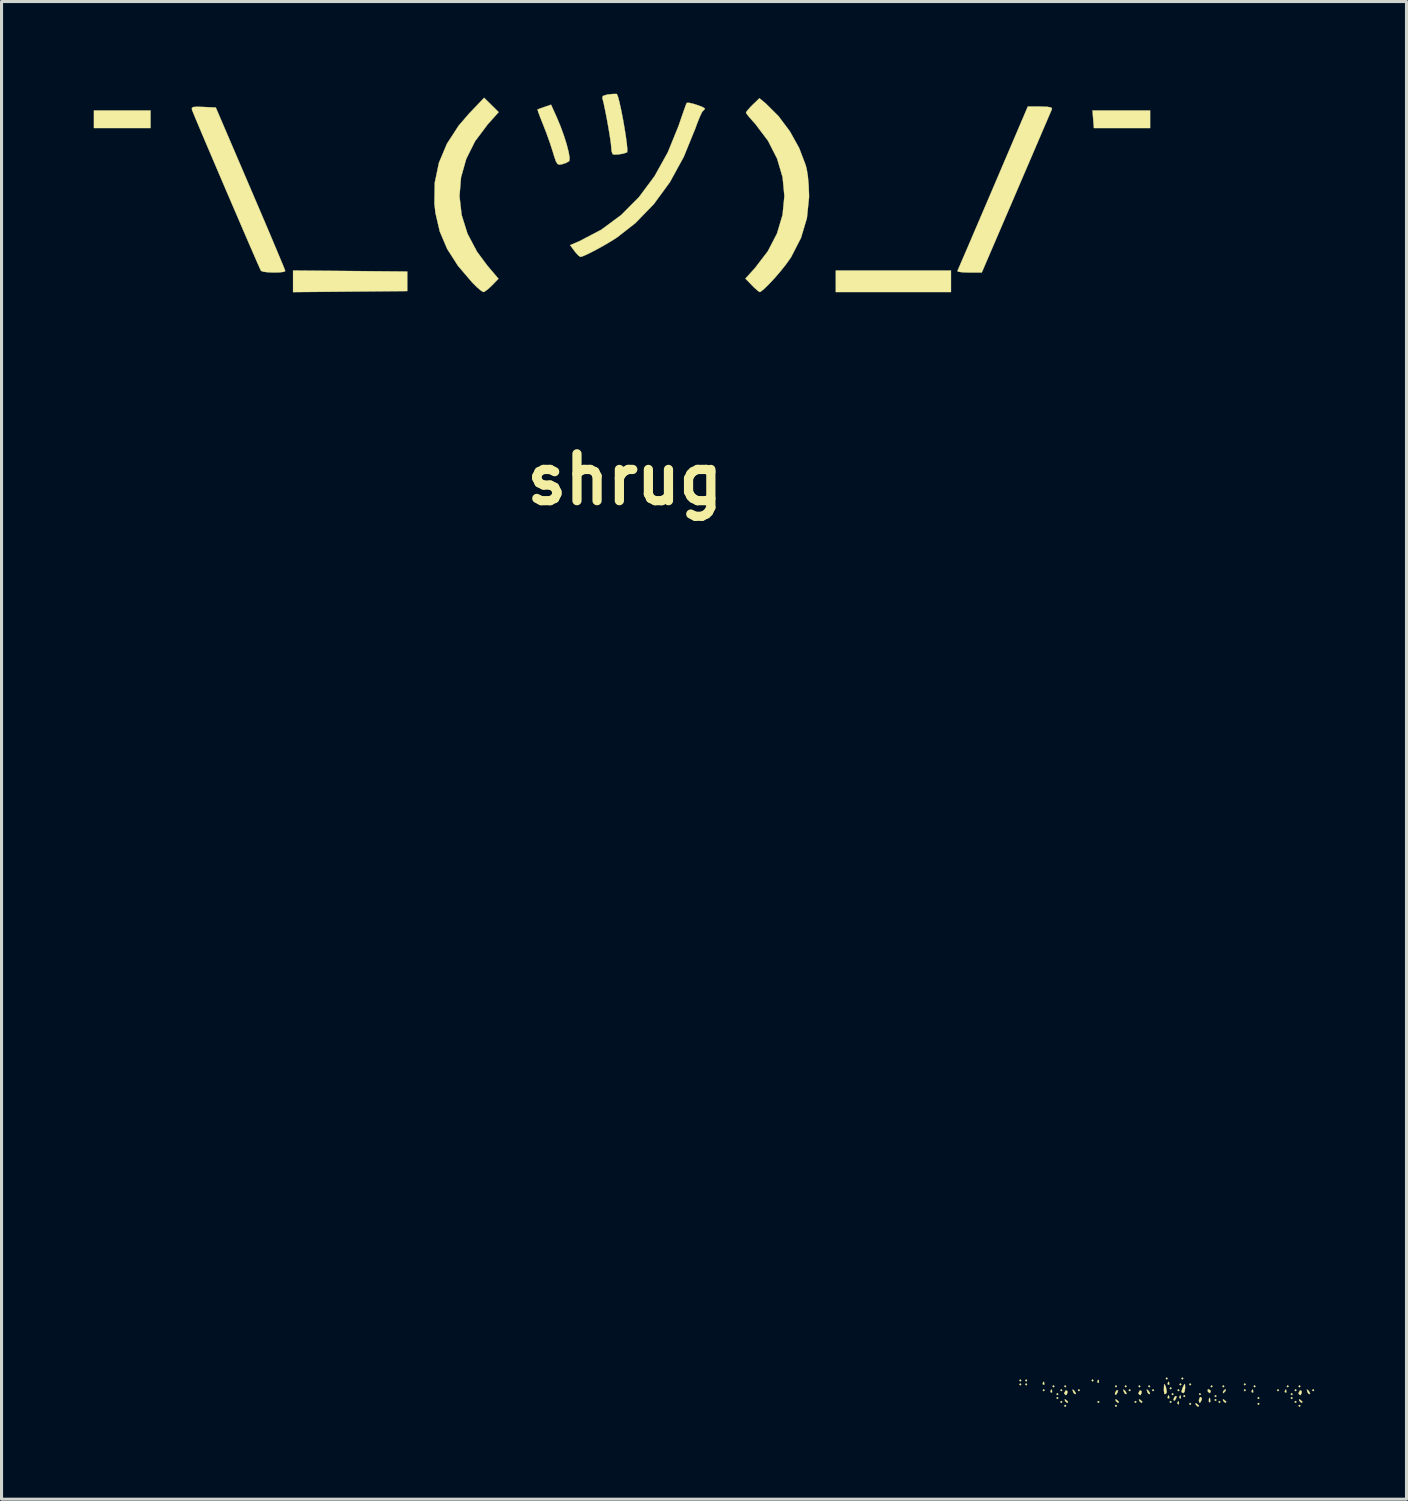
<source format=kicad_pcb>
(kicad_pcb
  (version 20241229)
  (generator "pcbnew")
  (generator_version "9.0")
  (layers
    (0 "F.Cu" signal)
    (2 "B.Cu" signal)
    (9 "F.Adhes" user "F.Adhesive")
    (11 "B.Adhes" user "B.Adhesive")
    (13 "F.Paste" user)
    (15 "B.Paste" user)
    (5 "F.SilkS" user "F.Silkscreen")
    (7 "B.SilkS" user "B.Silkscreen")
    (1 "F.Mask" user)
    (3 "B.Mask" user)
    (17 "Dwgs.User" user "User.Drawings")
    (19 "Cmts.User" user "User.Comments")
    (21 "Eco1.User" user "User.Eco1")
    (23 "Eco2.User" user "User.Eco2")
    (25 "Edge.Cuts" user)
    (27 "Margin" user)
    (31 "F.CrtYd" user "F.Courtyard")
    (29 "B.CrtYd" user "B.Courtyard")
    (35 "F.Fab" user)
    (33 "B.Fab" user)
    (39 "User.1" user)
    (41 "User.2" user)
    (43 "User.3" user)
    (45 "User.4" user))
  (footprint "shrug"
    (layer "F.Cu")
    (at 17.277 12.545)
    (property "Reference" "shrug" (at 0 0 0) (layer "F.SilkS") (effects (font (size 1.524 1.524) (thickness 0.3))))
    (attr through_hole)
    (fp_poly (pts (xy -15.431 -11.43) (xy -17.272 -11.43) (xy -17.272 -12.002) (xy -15.431 -12.002) (xy -15.431 -11.43)) (stroke (width 0.01) (type solid)) (fill yes) (layer "F.SilkS"))
    (fp_poly (pts (xy 10.604 -6.096) (xy 6.858 -6.096) (xy 6.858 -6.795) (xy 10.604 -6.795) (xy 10.604 -6.096)) (stroke (width 0.01) (type solid)) (fill yes) (layer "F.SilkS"))
    (fp_poly (pts (xy 12.89 29.305) (xy 12.859 29.337) (xy 12.827 29.305) (xy 12.859 29.273) (xy 12.89 29.305)) (stroke (width 0.01) (type solid)) (fill yes) (layer "F.SilkS"))
    (fp_poly (pts (xy 12.89 29.432) (xy 12.859 29.464) (xy 12.827 29.432) (xy 12.859 29.401) (xy 12.89 29.432)) (stroke (width 0.01) (type solid)) (fill yes) (layer "F.SilkS"))
    (fp_poly (pts (xy 13.081 29.305) (xy 13.049 29.337) (xy 13.018 29.305) (xy 13.049 29.273) (xy 13.081 29.305)) (stroke (width 0.01) (type solid)) (fill yes) (layer "F.SilkS"))
    (fp_poly (pts (xy 13.081 29.432) (xy 13.049 29.464) (xy 13.018 29.432) (xy 13.049 29.401) (xy 13.081 29.432)) (stroke (width 0.01) (type solid)) (fill yes) (layer "F.SilkS"))
    (fp_poly (pts (xy 13.652 29.623) (xy 13.621 29.654) (xy 13.589 29.623) (xy 13.621 29.591) (xy 13.652 29.623)) (stroke (width 0.01) (type solid)) (fill yes) (layer "F.SilkS"))
    (fp_poly (pts (xy 13.97 29.496) (xy 13.938 29.527) (xy 13.906 29.496) (xy 13.938 29.464) (xy 13.97 29.496)) (stroke (width 0.01) (type solid)) (fill yes) (layer "F.SilkS"))
    (fp_poly (pts (xy 14.097 29.75) (xy 14.065 29.782) (xy 14.034 29.75) (xy 14.065 29.718) (xy 14.097 29.75)) (stroke (width 0.01) (type solid)) (fill yes) (layer "F.SilkS"))
    (fp_poly (pts (xy 14.097 29.877) (xy 14.065 29.909) (xy 14.034 29.877) (xy 14.065 29.845) (xy 14.097 29.877)) (stroke (width 0.01) (type solid)) (fill yes) (layer "F.SilkS"))
    (fp_poly (pts (xy 14.224 29.623) (xy 14.192 29.654) (xy 14.161 29.623) (xy 14.192 29.591) (xy 14.224 29.623)) (stroke (width 0.01) (type solid)) (fill yes) (layer "F.SilkS"))
    (fp_poly (pts (xy 14.224 30.004) (xy 14.192 30.035) (xy 14.161 30.004) (xy 14.192 29.972) (xy 14.224 30.004)) (stroke (width 0.01) (type solid)) (fill yes) (layer "F.SilkS"))
    (fp_poly (pts (xy 14.351 29.496) (xy 14.319 29.527) (xy 14.287 29.496) (xy 14.319 29.464) (xy 14.351 29.496)) (stroke (width 0.01) (type solid)) (fill yes) (layer "F.SilkS"))
    (fp_poly (pts (xy 14.351 30.131) (xy 14.319 30.163) (xy 14.287 30.131) (xy 14.319 30.099) (xy 14.351 30.131)) (stroke (width 0.01) (type solid)) (fill yes) (layer "F.SilkS"))
    (fp_poly (pts (xy 14.796 29.623) (xy 14.764 29.654) (xy 14.732 29.623) (xy 14.764 29.591) (xy 14.796 29.623)) (stroke (width 0.01) (type solid)) (fill yes) (layer "F.SilkS"))
    (fp_poly (pts (xy 15.24 29.305) (xy 15.208 29.337) (xy 15.177 29.305) (xy 15.208 29.273) (xy 15.24 29.305)) (stroke (width 0.01) (type solid)) (fill yes) (layer "F.SilkS"))
    (fp_poly (pts (xy 15.431 30.004) (xy 15.399 30.035) (xy 15.367 30.004) (xy 15.399 29.972) (xy 15.431 30.004)) (stroke (width 0.01) (type solid)) (fill yes) (layer "F.SilkS"))
    (fp_poly (pts (xy 16.002 29.496) (xy 15.97 29.527) (xy 15.938 29.496) (xy 15.97 29.464) (xy 16.002 29.496)) (stroke (width 0.01) (type solid)) (fill yes) (layer "F.SilkS"))
    (fp_poly (pts (xy 16.002 30.131) (xy 15.97 30.163) (xy 15.938 30.131) (xy 15.97 30.099) (xy 16.002 30.131)) (stroke (width 0.01) (type solid)) (fill yes) (layer "F.SilkS"))
    (fp_poly (pts (xy 16.32 29.496) (xy 16.288 29.527) (xy 16.256 29.496) (xy 16.288 29.464) (xy 16.32 29.496)) (stroke (width 0.01) (type solid)) (fill yes) (layer "F.SilkS"))
    (fp_poly (pts (xy 16.447 29.623) (xy 16.415 29.654) (xy 16.383 29.623) (xy 16.415 29.591) (xy 16.447 29.623)) (stroke (width 0.01) (type solid)) (fill yes) (layer "F.SilkS"))
    (fp_poly (pts (xy 16.637 30.004) (xy 16.605 30.035) (xy 16.573 30.004) (xy 16.605 29.972) (xy 16.637 30.004)) (stroke (width 0.01) (type solid)) (fill yes) (layer "F.SilkS"))
    (fp_poly (pts (xy 16.764 29.496) (xy 16.732 29.527) (xy 16.701 29.496) (xy 16.732 29.464) (xy 16.764 29.496)) (stroke (width 0.01) (type solid)) (fill yes) (layer "F.SilkS"))
    (fp_poly (pts (xy 17.081 -11.43) (xy 15.253 -11.43) (xy 15.207 -12.002) (xy 17.081 -12.002) (xy 17.081 -11.43)) (stroke (width 0.01) (type solid)) (fill yes) (layer "F.SilkS"))
    (fp_poly (pts (xy 17.081 29.496) (xy 17.05 29.527) (xy 17.018 29.496) (xy 17.05 29.464) (xy 17.081 29.496)) (stroke (width 0.01) (type solid)) (fill yes) (layer "F.SilkS"))
    (fp_poly (pts (xy 17.209 29.623) (xy 17.177 29.654) (xy 17.145 29.623) (xy 17.177 29.591) (xy 17.209 29.623)) (stroke (width 0.01) (type solid)) (fill yes) (layer "F.SilkS"))
    (fp_poly (pts (xy 17.653 29.242) (xy 17.621 29.273) (xy 17.59 29.242) (xy 17.621 29.21) (xy 17.653 29.242)) (stroke (width 0.01) (type solid)) (fill yes) (layer "F.SilkS"))
    (fp_poly (pts (xy 17.78 29.559) (xy 17.748 29.591) (xy 17.716 29.559) (xy 17.748 29.527) (xy 17.78 29.559)) (stroke (width 0.01) (type solid)) (fill yes) (layer "F.SilkS"))
    (fp_poly (pts (xy 17.78 30.004) (xy 17.748 30.035) (xy 17.716 30.004) (xy 17.748 29.972) (xy 17.78 30.004)) (stroke (width 0.01) (type solid)) (fill yes) (layer "F.SilkS"))
    (fp_poly (pts (xy 17.843 29.75) (xy 17.812 29.782) (xy 17.78 29.75) (xy 17.812 29.718) (xy 17.843 29.75)) (stroke (width 0.01) (type solid)) (fill yes) (layer "F.SilkS"))
    (fp_poly (pts (xy 18.034 29.623) (xy 18.002 29.654) (xy 17.971 29.623) (xy 18.002 29.591) (xy 18.034 29.623)) (stroke (width 0.01) (type solid)) (fill yes) (layer "F.SilkS"))
    (fp_poly (pts (xy 18.098 29.432) (xy 18.066 29.464) (xy 18.034 29.432) (xy 18.066 29.401) (xy 18.098 29.432)) (stroke (width 0.01) (type solid)) (fill yes) (layer "F.SilkS"))
    (fp_poly (pts (xy 18.161 29.242) (xy 18.129 29.273) (xy 18.098 29.242) (xy 18.129 29.21) (xy 18.161 29.242)) (stroke (width 0.01) (type solid)) (fill yes) (layer "F.SilkS"))
    (fp_poly (pts (xy 18.224 29.813) (xy 18.193 29.845) (xy 18.161 29.813) (xy 18.193 29.782) (xy 18.224 29.813)) (stroke (width 0.01) (type solid)) (fill yes) (layer "F.SilkS"))
    (fp_poly (pts (xy 18.415 29.432) (xy 18.383 29.464) (xy 18.352 29.432) (xy 18.383 29.401) (xy 18.415 29.432)) (stroke (width 0.01) (type solid)) (fill yes) (layer "F.SilkS"))
    (fp_poly (pts (xy 18.415 30.067) (xy 18.383 30.099) (xy 18.352 30.067) (xy 18.383 30.035) (xy 18.415 30.067)) (stroke (width 0.01) (type solid)) (fill yes) (layer "F.SilkS"))
    (fp_poly (pts (xy 18.733 29.75) (xy 18.701 29.782) (xy 18.669 29.75) (xy 18.701 29.718) (xy 18.733 29.75)) (stroke (width 0.01) (type solid)) (fill yes) (layer "F.SilkS"))
    (fp_poly (pts (xy 19.113 29.496) (xy 19.082 29.527) (xy 19.05 29.496) (xy 19.082 29.464) (xy 19.113 29.496)) (stroke (width 0.01) (type solid)) (fill yes) (layer "F.SilkS"))
    (fp_poly (pts (xy 19.241 29.813) (xy 19.209 29.845) (xy 19.177 29.813) (xy 19.209 29.782) (xy 19.241 29.813)) (stroke (width 0.01) (type solid)) (fill yes) (layer "F.SilkS"))
    (fp_poly (pts (xy 19.241 29.94) (xy 19.209 29.972) (xy 19.177 29.94) (xy 19.209 29.909) (xy 19.241 29.94)) (stroke (width 0.01) (type solid)) (fill yes) (layer "F.SilkS"))
    (fp_poly (pts (xy 19.367 30.004) (xy 19.336 30.035) (xy 19.304 30.004) (xy 19.336 29.972) (xy 19.367 30.004)) (stroke (width 0.01) (type solid)) (fill yes) (layer "F.SilkS"))
    (fp_poly (pts (xy 19.494 29.496) (xy 19.463 29.527) (xy 19.431 29.496) (xy 19.463 29.464) (xy 19.494 29.496)) (stroke (width 0.01) (type solid)) (fill yes) (layer "F.SilkS"))
    (fp_poly (pts (xy 20.193 29.432) (xy 20.161 29.464) (xy 20.13 29.432) (xy 20.161 29.401) (xy 20.193 29.432)) (stroke (width 0.01) (type solid)) (fill yes) (layer "F.SilkS"))
    (fp_poly (pts (xy 20.193 29.623) (xy 20.161 29.654) (xy 20.13 29.623) (xy 20.161 29.591) (xy 20.193 29.623)) (stroke (width 0.01) (type solid)) (fill yes) (layer "F.SilkS"))
    (fp_poly (pts (xy 20.511 29.496) (xy 20.479 29.527) (xy 20.447 29.496) (xy 20.479 29.464) (xy 20.511 29.496)) (stroke (width 0.01) (type solid)) (fill yes) (layer "F.SilkS"))
    (fp_poly (pts (xy 20.637 29.877) (xy 20.606 29.909) (xy 20.574 29.877) (xy 20.606 29.845) (xy 20.637 29.877)) (stroke (width 0.01) (type solid)) (fill yes) (layer "F.SilkS"))
    (fp_poly (pts (xy 20.637 30.067) (xy 20.606 30.099) (xy 20.574 30.067) (xy 20.606 30.035) (xy 20.637 30.067)) (stroke (width 0.01) (type solid)) (fill yes) (layer "F.SilkS"))
    (fp_poly (pts (xy 21.273 29.623) (xy 21.241 29.654) (xy 21.209 29.623) (xy 21.241 29.591) (xy 21.273 29.623)) (stroke (width 0.01) (type solid)) (fill yes) (layer "F.SilkS"))
    (fp_poly (pts (xy 21.59 29.496) (xy 21.558 29.527) (xy 21.526 29.496) (xy 21.558 29.464) (xy 21.59 29.496)) (stroke (width 0.01) (type solid)) (fill yes) (layer "F.SilkS"))
    (fp_poly (pts (xy 21.717 29.75) (xy 21.685 29.782) (xy 21.654 29.75) (xy 21.685 29.718) (xy 21.717 29.75)) (stroke (width 0.01) (type solid)) (fill yes) (layer "F.SilkS"))
    (fp_poly (pts (xy 21.717 29.877) (xy 21.685 29.909) (xy 21.654 29.877) (xy 21.685 29.845) (xy 21.717 29.877)) (stroke (width 0.01) (type solid)) (fill yes) (layer "F.SilkS"))
    (fp_poly (pts (xy 21.844 29.623) (xy 21.812 29.654) (xy 21.78 29.623) (xy 21.812 29.591) (xy 21.844 29.623)) (stroke (width 0.01) (type solid)) (fill yes) (layer "F.SilkS"))
    (fp_poly (pts (xy 21.844 30.004) (xy 21.812 30.035) (xy 21.78 30.004) (xy 21.812 29.972) (xy 21.844 30.004)) (stroke (width 0.01) (type solid)) (fill yes) (layer "F.SilkS"))
    (fp_poly (pts (xy 21.971 29.496) (xy 21.939 29.527) (xy 21.907 29.496) (xy 21.939 29.464) (xy 21.971 29.496)) (stroke (width 0.01) (type solid)) (fill yes) (layer "F.SilkS"))
    (fp_poly (pts (xy 21.971 30.131) (xy 21.939 30.163) (xy 21.907 30.131) (xy 21.939 30.099) (xy 21.971 30.131)) (stroke (width 0.01) (type solid)) (fill yes) (layer "F.SilkS"))
    (fp_poly (pts (xy 22.416 29.623) (xy 22.384 29.654) (xy 22.352 29.623) (xy 22.384 29.591) (xy 22.416 29.623)) (stroke (width 0.01) (type solid)) (fill yes) (layer "F.SilkS"))
    (fp_poly (pts (xy -8.938 -6.78) (xy -7.08 -6.763) (xy -7.08 -6.128) (xy -10.795 -6.094) (xy -10.795 -6.796) (xy -8.938 -6.78)) (stroke (width 0.01) (type solid)) (fill yes) (layer "F.SilkS"))
    (fp_poly (pts (xy 13.631 29.358) (xy 13.639 29.434) (xy 13.631 29.443) (xy 13.594 29.434) (xy 13.589 29.401) (xy 13.612 29.348) (xy 13.631 29.358)) (stroke (width 0.01) (type solid)) (fill yes) (layer "F.SilkS"))
    (fp_poly (pts (xy 13.885 29.612) (xy 13.893 29.688) (xy 13.885 29.697) (xy 13.848 29.688) (xy 13.843 29.654) (xy 13.866 29.602) (xy 13.885 29.612)) (stroke (width 0.01) (type solid)) (fill yes) (layer "F.SilkS"))
    (fp_poly (pts (xy 15.409 29.295) (xy 15.417 29.37) (xy 15.409 29.379) (xy 15.372 29.371) (xy 15.367 29.337) (xy 15.39 29.285) (xy 15.409 29.295)) (stroke (width 0.01) (type solid)) (fill yes) (layer "F.SilkS"))
    (fp_poly (pts (xy 17.695 29.358) (xy 17.703 29.434) (xy 17.695 29.443) (xy 17.658 29.434) (xy 17.653 29.401) (xy 17.676 29.348) (xy 17.695 29.358)) (stroke (width 0.01) (type solid)) (fill yes) (layer "F.SilkS"))
    (fp_poly (pts (xy 17.695 29.803) (xy 17.703 29.878) (xy 17.695 29.887) (xy 17.658 29.879) (xy 17.653 29.845) (xy 17.676 29.793) (xy 17.695 29.803)) (stroke (width 0.01) (type solid)) (fill yes) (layer "F.SilkS"))
    (fp_poly (pts (xy 18.013 29.993) (xy 18.02 30.069) (xy 18.013 30.078) (xy 17.975 30.069) (xy 17.971 30.035) (xy 17.994 29.983) (xy 18.013 29.993)) (stroke (width 0.01) (type solid)) (fill yes) (layer "F.SilkS"))
    (fp_poly (pts (xy 18.076 29.803) (xy 18.084 29.878) (xy 18.076 29.887) (xy 18.039 29.879) (xy 18.034 29.845) (xy 18.057 29.793) (xy 18.076 29.803)) (stroke (width 0.01) (type solid)) (fill yes) (layer "F.SilkS"))
    (fp_poly (pts (xy 19.03 29.897) (xy 19.037 29.996) (xy 19.025 30.018) (xy 18.996 29.999) (xy 18.992 29.935) (xy 19.007 29.867) (xy 19.03 29.897)) (stroke (width 0.01) (type solid)) (fill yes) (layer "F.SilkS"))
    (fp_poly (pts (xy 20.426 29.612) (xy 20.433 29.688) (xy 20.426 29.697) (xy 20.388 29.688) (xy 20.384 29.654) (xy 20.407 29.602) (xy 20.426 29.612)) (stroke (width 0.01) (type solid)) (fill yes) (layer "F.SilkS"))
    (fp_poly (pts (xy 21.505 29.612) (xy 21.513 29.688) (xy 21.505 29.697) (xy 21.468 29.688) (xy 21.463 29.654) (xy 21.486 29.602) (xy 21.505 29.612)) (stroke (width 0.01) (type solid)) (fill yes) (layer "F.SilkS"))
    (fp_poly (pts (xy 14.341 29.934) (xy 14.409 29.998) (xy 14.395 30.035) (xy 14.386 30.035) (xy 14.333 29.99) (xy 14.313 29.962) (xy 14.306 29.919) (xy 14.341 29.934)) (stroke (width 0.01) (type solid)) (fill yes) (layer "F.SilkS"))
    (fp_poly (pts (xy 14.605 29.629) (xy 14.613 29.638) (xy 14.663 29.721) (xy 14.656 29.751) (xy 14.609 29.732) (xy 14.577 29.673) (xy 14.558 29.599) (xy 14.605 29.629)) (stroke (width 0.01) (type solid)) (fill yes) (layer "F.SilkS"))
    (fp_poly (pts (xy 15.992 29.934) (xy 16.06 29.998) (xy 16.046 30.035) (xy 16.037 30.035) (xy 15.984 29.99) (xy 15.964 29.962) (xy 15.957 29.919) (xy 15.992 29.934)) (stroke (width 0.01) (type solid)) (fill yes) (layer "F.SilkS"))
    (fp_poly (pts (xy 16.037 29.633) (xy 16.026 29.683) (xy 15.975 29.772) (xy 15.942 29.757) (xy 15.938 29.722) (xy 15.985 29.636) (xy 16.001 29.623) (xy 16.037 29.633)) (stroke (width 0.01) (type solid)) (fill yes) (layer "F.SilkS"))
    (fp_poly (pts (xy 16.256 29.629) (xy 16.264 29.638) (xy 16.314 29.721) (xy 16.307 29.751) (xy 16.26 29.732) (xy 16.228 29.673) (xy 16.209 29.599) (xy 16.256 29.629)) (stroke (width 0.01) (type solid)) (fill yes) (layer "F.SilkS"))
    (fp_poly (pts (xy 16.754 29.934) (xy 16.822 29.993) (xy 16.828 30.007) (xy 16.797 30.034) (xy 16.735 29.975) (xy 16.726 29.962) (xy 16.719 29.919) (xy 16.754 29.934)) (stroke (width 0.01) (type solid)) (fill yes) (layer "F.SilkS"))
    (fp_poly (pts (xy 17.018 29.629) (xy 17.026 29.638) (xy 17.076 29.721) (xy 17.069 29.751) (xy 17.022 29.732) (xy 16.99 29.673) (xy 16.971 29.599) (xy 17.018 29.629)) (stroke (width 0.01) (type solid)) (fill yes) (layer "F.SilkS"))
    (fp_poly (pts (xy 17.942 29.824) (xy 17.931 29.873) (xy 17.88 29.963) (xy 17.847 29.948) (xy 17.843 29.912) (xy 17.89 29.826) (xy 17.906 29.814) (xy 17.942 29.824)) (stroke (width 0.01) (type solid)) (fill yes) (layer "F.SilkS"))
    (fp_poly (pts (xy 18.596 30.061) (xy 18.663 30.12) (xy 18.669 30.134) (xy 18.639 30.161) (xy 18.576 30.102) (xy 18.568 30.089) (xy 18.56 30.046) (xy 18.596 30.061)) (stroke (width 0.01) (type solid)) (fill yes) (layer "F.SilkS"))
    (fp_poly (pts (xy 19.485 29.934) (xy 19.552 29.993) (xy 19.558 30.007) (xy 19.528 30.034) (xy 19.465 29.975) (xy 19.457 29.962) (xy 19.449 29.919) (xy 19.485 29.934)) (stroke (width 0.01) (type solid)) (fill yes) (layer "F.SilkS"))
    (fp_poly (pts (xy 21.961 29.934) (xy 22.029 29.993) (xy 22.035 30.007) (xy 22.004 30.034) (xy 21.942 29.975) (xy 21.933 29.962) (xy 21.926 29.919) (xy 21.961 29.934)) (stroke (width 0.01) (type solid)) (fill yes) (layer "F.SilkS"))
    (fp_poly (pts (xy 22.225 29.629) (xy 22.233 29.638) (xy 22.283 29.721) (xy 22.276 29.751) (xy 22.229 29.732) (xy 22.197 29.673) (xy 22.178 29.599) (xy 22.225 29.629)) (stroke (width 0.01) (type solid)) (fill yes) (layer "F.SilkS"))
    (fp_poly (pts (xy 14.387 29.649) (xy 14.393 29.689) (xy 14.364 29.772) (xy 14.34 29.782) (xy 14.289 29.733) (xy 14.287 29.722) (xy 14.333 29.634) (xy 14.34 29.629) (xy 14.387 29.649)) (stroke (width 0.01) (type solid)) (fill yes) (layer "F.SilkS"))
    (fp_poly (pts (xy 16.8 29.649) (xy 16.806 29.689) (xy 16.777 29.772) (xy 16.753 29.782) (xy 16.702 29.733) (xy 16.701 29.722) (xy 16.746 29.634) (xy 16.753 29.629) (xy 16.8 29.649)) (stroke (width 0.01) (type solid)) (fill yes) (layer "F.SilkS"))
    (fp_poly (pts (xy 18.765 29.892) (xy 18.755 29.94) (xy 18.71 30.024) (xy 18.694 30.035) (xy 18.672 29.984) (xy 18.669 29.94) (xy 18.702 29.856) (xy 18.731 29.845) (xy 18.765 29.892)) (stroke (width 0.01) (type solid)) (fill yes) (layer "F.SilkS"))
    (fp_poly (pts (xy 19.047 29.637) (xy 19.05 29.654) (xy 19.028 29.716) (xy 19.022 29.718) (xy 18.968 29.674) (xy 18.955 29.654) (xy 18.96 29.596) (xy 18.983 29.591) (xy 19.047 29.637)) (stroke (width 0.01) (type solid)) (fill yes) (layer "F.SilkS"))
    (fp_poly (pts (xy 19.538 29.632) (xy 19.526 29.654) (xy 19.466 29.715) (xy 19.455 29.718) (xy 19.451 29.677) (xy 19.463 29.654) (xy 19.523 29.594) (xy 19.534 29.591) (xy 19.538 29.632)) (stroke (width 0.01) (type solid)) (fill yes) (layer "F.SilkS"))
    (fp_poly (pts (xy 22.007 29.649) (xy 22.013 29.689) (xy 21.984 29.772) (xy 21.96 29.782) (xy 21.909 29.733) (xy 21.907 29.722) (xy 21.953 29.634) (xy 21.96 29.629) (xy 22.007 29.649)) (stroke (width 0.01) (type solid)) (fill yes) (layer "F.SilkS"))
    (fp_poly (pts (xy 17.591 29.51) (xy 17.595 29.522) (xy 17.622 29.683) (xy 17.591 29.741) (xy 17.546 29.745) (xy 17.53 29.63) (xy 17.53 29.588) (xy 17.536 29.45) (xy 17.552 29.427) (xy 17.591 29.51)) (stroke (width 0.01) (type solid)) (fill yes) (layer "F.SilkS"))
    (fp_poly (pts (xy 18.216 29.456) (xy 18.22 29.543) (xy 18.203 29.67) (xy 18.161 29.718) (xy 18.103 29.682) (xy 18.102 29.67) (xy 18.128 29.579) (xy 18.161 29.496) (xy 18.2 29.42) (xy 18.216 29.456)) (stroke (width 0.01) (type solid)) (fill yes) (layer "F.SilkS"))
    (fp_poly (pts (xy -2.22 -11.784) (xy -2.097 -11.489) (xy -1.986 -11.184) (xy -1.894 -10.892) (xy -1.83 -10.64) (xy -1.8 -10.454) (xy -1.811 -10.357) (xy -1.813 -10.355) (xy -1.917 -10.296) (xy -2.043 -10.254) (xy -2.133 -10.239) (xy -2.195 -10.264) (xy -2.247 -10.351) (xy -2.307 -10.526) (xy -2.345 -10.654) (xy -2.441 -10.95) (xy -2.561 -11.285) (xy -2.668 -11.559) (xy -2.755 -11.777) (xy -2.817 -11.943) (xy -2.843 -12.028) (xy -2.842 -12.034) (xy -2.777 -12.06) (xy -2.639 -12.109) (xy -2.615 -12.117) (xy -2.404 -12.189) (xy -2.22 -11.784)) (stroke (width 0.01) (type solid)) (fill yes) (layer "F.SilkS"))
    (fp_poly (pts (xy 13.742 -12.121) (xy 13.863 -12.098) (xy 13.89 -12.055) (xy 13.888 -12.049) (xy 13.857 -11.976) (xy 13.781 -11.798) (xy 13.665 -11.528) (xy 13.515 -11.178) (xy 13.336 -10.759) (xy 13.132 -10.284) (xy 12.909 -9.766) (xy 12.731 -9.35) (xy 11.606 -6.731) (xy 11.197 -6.731) (xy 10.992 -6.738) (xy 10.854 -6.755) (xy 10.813 -6.779) (xy 10.842 -6.845) (xy 10.916 -7.017) (xy 11.03 -7.281) (xy 11.179 -7.627) (xy 11.356 -8.041) (xy 11.559 -8.514) (xy 11.78 -9.031) (xy 11.971 -9.477) (xy 13.103 -12.129) (xy 13.512 -12.129) (xy 13.742 -12.121)) (stroke (width 0.01) (type solid)) (fill yes) (layer "F.SilkS"))
    (fp_poly (pts (xy -4.108 -11.948) (xy -4.467 -11.546) (xy -4.875 -11.002) (xy -5.163 -10.425) (xy -5.332 -9.826) (xy -5.382 -9.214) (xy -5.312 -8.601) (xy -5.122 -7.995) (xy -4.812 -7.408) (xy -4.478 -6.958) (xy -4.114 -6.529) (xy -4.324 -6.312) (xy -4.462 -6.184) (xy -4.571 -6.107) (xy -4.603 -6.096) (xy -4.679 -6.139) (xy -4.812 -6.251) (xy -4.96 -6.398) (xy -5.43 -6.948) (xy -5.782 -7.498) (xy -6.024 -8.067) (xy -6.164 -8.67) (xy -6.198 -8.981) (xy -6.186 -9.654) (xy -6.05 -10.301) (xy -5.79 -10.92) (xy -5.408 -11.509) (xy -5.072 -11.899) (xy -4.58 -12.414) (xy -4.108 -11.948)) (stroke (width 0.01) (type solid)) (fill yes) (layer "F.SilkS"))
    (fp_poly (pts (xy -0.272 -12.54) (xy -0.264 -12.537) (xy -0.229 -12.457) (xy -0.182 -12.282) (xy -0.128 -12.039) (xy -0.072 -11.755) (xy -0.019 -11.456) (xy 0.027 -11.168) (xy 0.06 -10.92) (xy 0.077 -10.737) (xy 0.073 -10.646) (xy 0.069 -10.641) (xy -0.048 -10.6) (xy -0.205 -10.573) (xy -0.343 -10.567) (xy -0.4 -10.581) (xy -0.433 -10.672) (xy -0.445 -10.802) (xy -0.457 -10.932) (xy -0.489 -11.151) (xy -0.534 -11.424) (xy -0.587 -11.719) (xy -0.642 -12) (xy -0.691 -12.234) (xy -0.729 -12.386) (xy -0.737 -12.408) (xy -0.716 -12.474) (xy -0.584 -12.517) (xy -0.528 -12.525) (xy -0.367 -12.54) (xy -0.272 -12.54)) (stroke (width 0.01) (type solid)) (fill yes) (layer "F.SilkS"))
    (fp_poly (pts (xy -13.711 -12.116) (xy -13.308 -12.097) (xy -12.179 -9.463) (xy -11.946 -8.919) (xy -11.729 -8.411) (xy -11.534 -7.951) (xy -11.365 -7.55) (xy -11.227 -7.22) (xy -11.125 -6.975) (xy -11.064 -6.824) (xy -11.049 -6.78) (xy -11.105 -6.752) (xy -11.247 -6.736) (xy -11.432 -6.732) (xy -11.62 -6.74) (xy -11.769 -6.759) (xy -11.838 -6.787) (xy -11.873 -6.861) (xy -11.951 -7.036) (xy -12.066 -7.3) (xy -12.212 -7.636) (xy -12.383 -8.031) (xy -12.571 -8.469) (xy -12.772 -8.936) (xy -12.979 -9.417) (xy -13.184 -9.898) (xy -13.383 -10.364) (xy -13.569 -10.8) (xy -13.736 -11.192) (xy -13.876 -11.525) (xy -13.985 -11.784) (xy -14.055 -11.955) (xy -14.081 -12.021) (xy -14.086 -12.082) (xy -14.04 -12.114) (xy -13.916 -12.123) (xy -13.711 -12.116)) (stroke (width 0.01) (type solid)) (fill yes) (layer "F.SilkS"))
    (fp_poly (pts (xy 2.221 -12.22) (xy 2.385 -12.168) (xy 2.527 -12.111) (xy 2.601 -12.064) (xy 2.603 -12.057) (xy 2.556 -12.002) (xy 2.548 -12.002) (xy 2.505 -11.945) (xy 2.434 -11.795) (xy 2.346 -11.575) (xy 2.288 -11.414) (xy 1.912 -10.492) (xy 1.463 -9.673) (xy 0.939 -8.956) (xy 0.34 -8.339) (xy -0.254 -7.875) (xy -0.459 -7.744) (xy -0.701 -7.602) (xy -0.95 -7.465) (xy -1.176 -7.349) (xy -1.352 -7.268) (xy -1.447 -7.239) (xy -1.516 -7.285) (xy -1.619 -7.4) (xy -1.642 -7.431) (xy -1.783 -7.622) (xy -1.479 -7.752) (xy -0.767 -8.125) (xy -0.12 -8.604) (xy 0.458 -9.186) (xy 0.964 -9.867) (xy 1.395 -10.643) (xy 1.747 -11.509) (xy 1.752 -11.525) (xy 1.847 -11.802) (xy 1.927 -12.032) (xy 1.984 -12.189) (xy 2.009 -12.248) (xy 2.08 -12.252) (xy 2.221 -12.22)) (stroke (width 0.01) (type solid)) (fill yes) (layer "F.SilkS"))
    (fp_poly (pts (xy 4.584 -12.225) (xy 4.997 -11.814) (xy 5.366 -11.32) (xy 5.666 -10.78) (xy 5.875 -10.232) (xy 5.911 -10.097) (xy 5.949 -9.865) (xy 5.976 -9.564) (xy 5.987 -9.248) (xy 5.987 -9.173) (xy 5.918 -8.5) (xy 5.725 -7.856) (xy 5.41 -7.243) (xy 5.371 -7.183) (xy 5.231 -6.987) (xy 5.056 -6.768) (xy 4.866 -6.547) (xy 4.681 -6.349) (xy 4.524 -6.195) (xy 4.413 -6.107) (xy 4.383 -6.096) (xy 4.319 -6.138) (xy 4.202 -6.244) (xy 4.131 -6.315) (xy 3.918 -6.534) (xy 4.229 -6.877) (xy 4.648 -7.425) (xy 4.947 -8.004) (xy 5.126 -8.605) (xy 5.186 -9.218) (xy 5.128 -9.83) (xy 4.95 -10.433) (xy 4.654 -11.015) (xy 4.238 -11.566) (xy 4.167 -11.644) (xy 4.038 -11.79) (xy 3.954 -11.898) (xy 3.937 -11.934) (xy 3.979 -11.999) (xy 4.085 -12.118) (xy 4.155 -12.188) (xy 4.374 -12.4) (xy 4.584 -12.225)) (stroke (width 0.01) (type solid)) (fill yes) (layer "F.SilkS")))
  (gr_rect
    (start -3 -3)
    (end 42.697 45.712)
    (stroke (width 0.1) (type default))
    (fill no)
    (layer "Edge.Cuts")))
</source>
